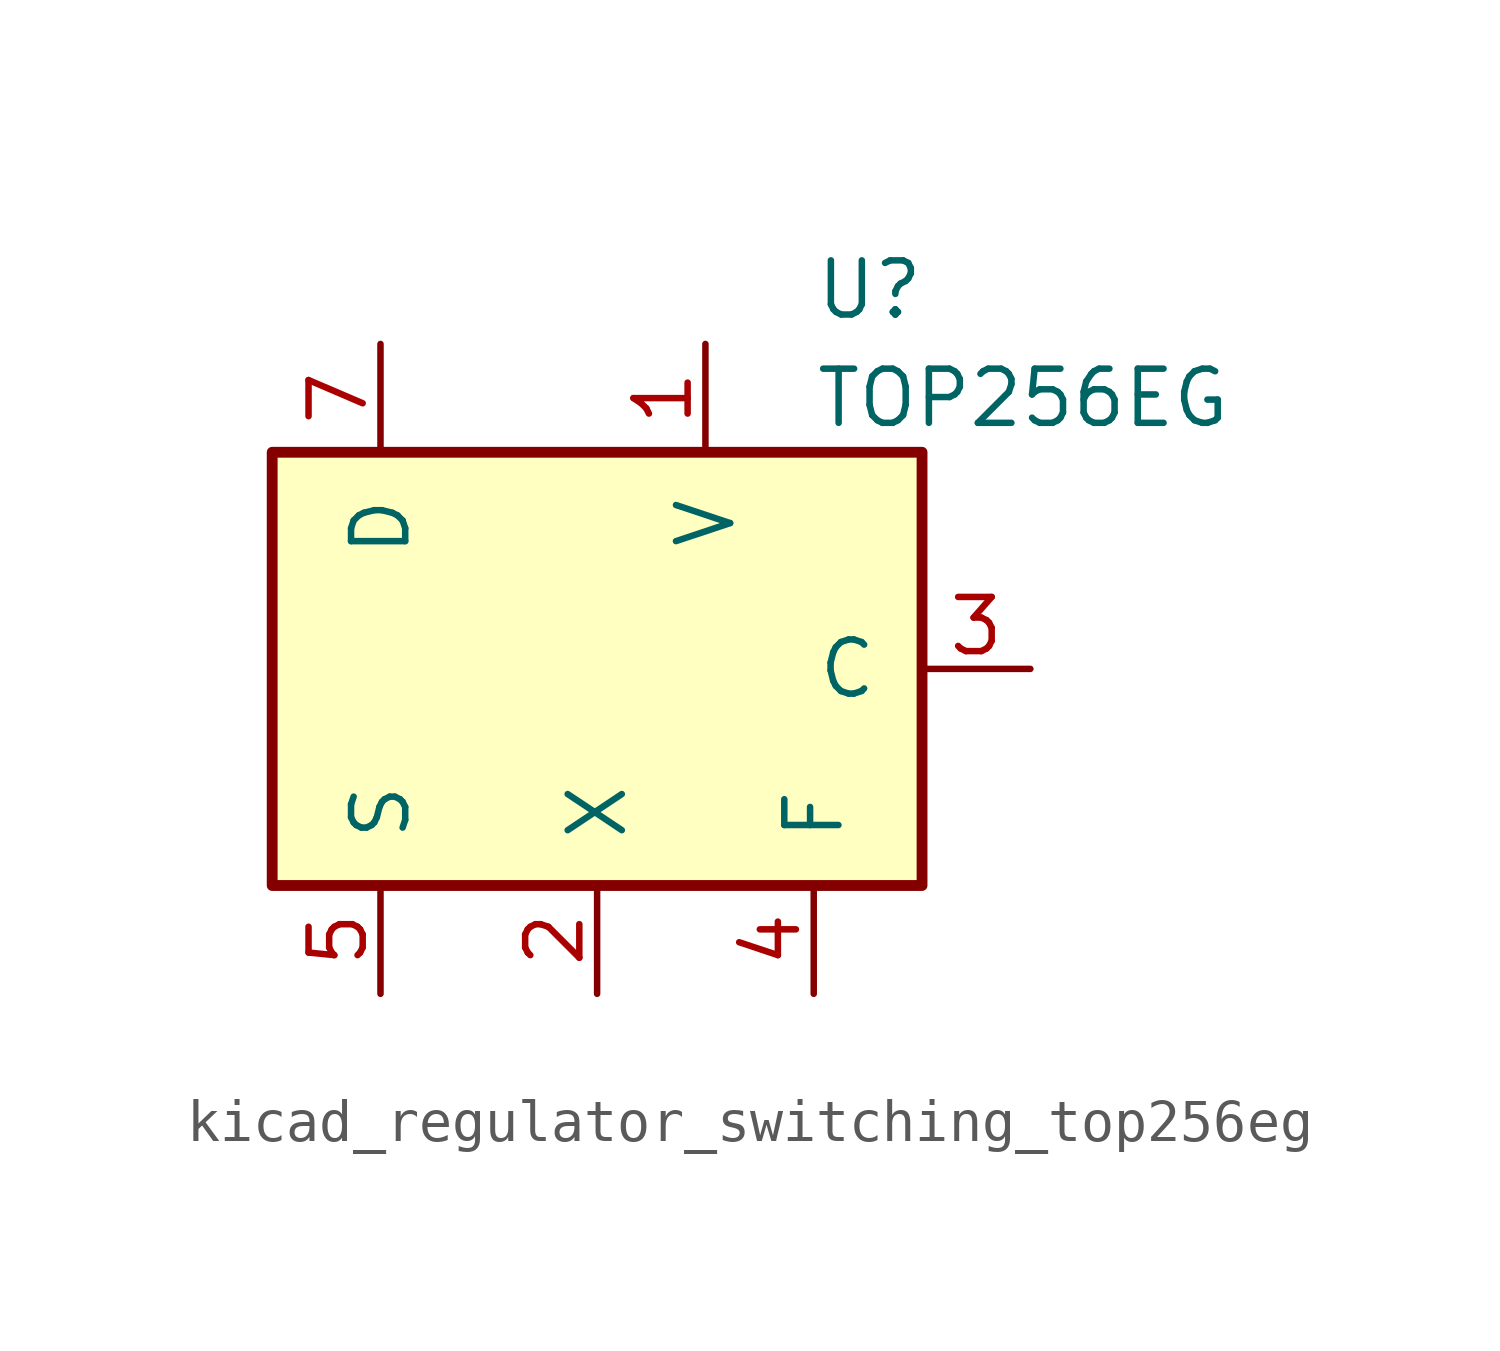
<source format=kicad_sym>
(kicad_symbol_lib
  (version 20220914)
  (generator kicad_symbol_editor)
  (symbol "kicad_regulator_switching_top256eg"
    (pin_names
      (offset 1.016))
    (property "Reference" "U"
      (at 5.08 8.89 0)
      (effects (font (size 1.27 1.27)) (justify left)))
    (property "Value" "TOP256EG"
      (at 5.08 6.35 0)
      (effects (font (size 1.27 1.27)) (justify left)))
    (symbol "kicad_regulator_switching_top256eg_0_1"
      (rectangle (start -7.62 5.08) (end 7.62 -5.08) (stroke (width 0.254) (type default)) (fill (type background))))
    (symbol "kicad_regulator_switching_top256eg_1_1"
      (pin input line (at 2.54 7.62 270) (length 2.54) (name "V" (effects (font (size 1.27 1.27)))) (number "1" (effects (font (size 1.27 1.27)))))
      (pin input line (at 0 -7.62 90) (length 2.54) (name "X" (effects (font (size 1.27 1.27)))) (number "2" (effects (font (size 1.27 1.27)))))
      (pin input line (at 10.16 0 180) (length 2.54) (name "C" (effects (font (size 1.27 1.27)))) (number "3" (effects (font (size 1.27 1.27)))))
      (pin passive line (at 5.08 -7.62 90) (length 2.54) (name "F" (effects (font (size 1.27 1.27)))) (number "4" (effects (font (size 1.27 1.27)))))
      (pin power_in line (at -5.08 -7.62 90) (length 2.54) (name "S" (effects (font (size 1.27 1.27)))) (number "5" (effects (font (size 1.27 1.27)))))
      (pin open_collector line (at -5.08 7.62 270) (length 2.54) (name "D" (effects (font (size 1.27 1.27)))) (number "7" (effects (font (size 1.27 1.27))))))))
</source>
